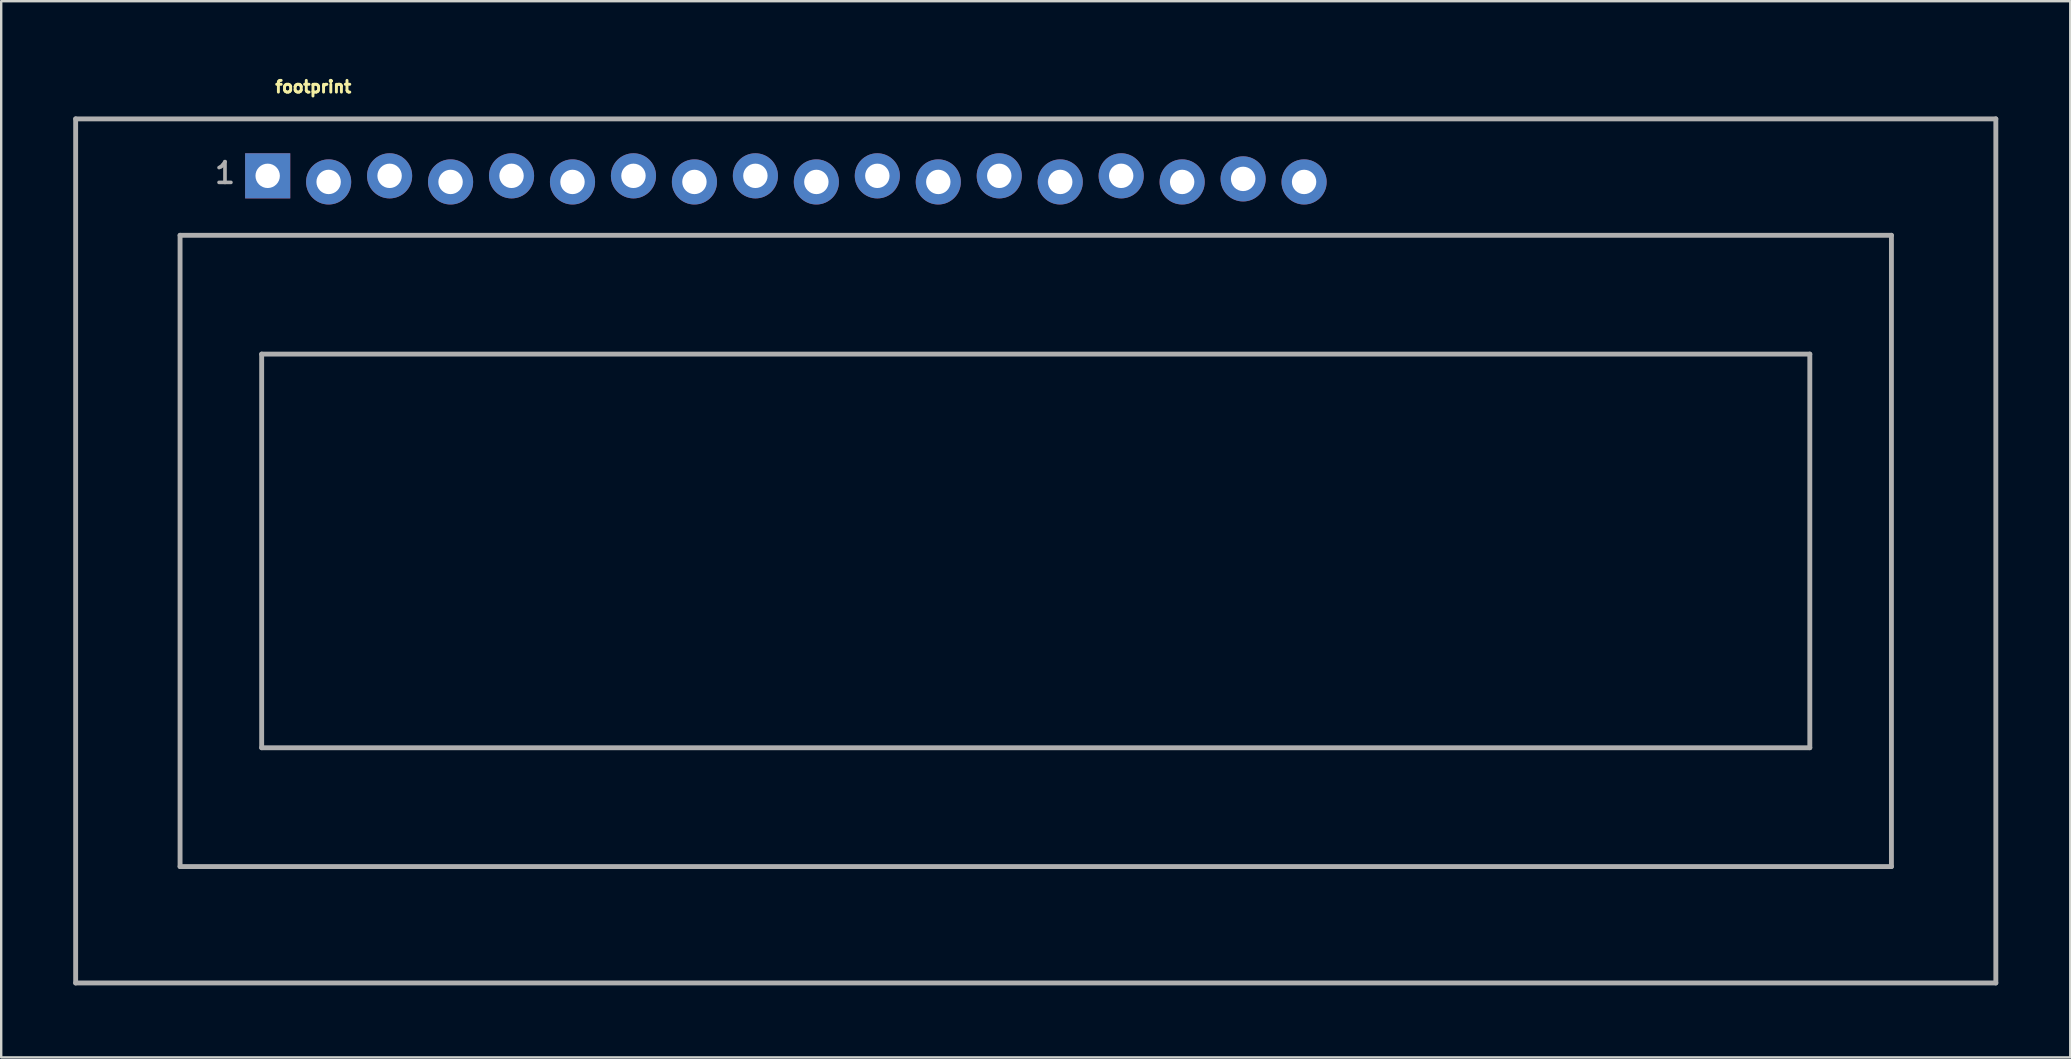
<source format=kicad_pcb>
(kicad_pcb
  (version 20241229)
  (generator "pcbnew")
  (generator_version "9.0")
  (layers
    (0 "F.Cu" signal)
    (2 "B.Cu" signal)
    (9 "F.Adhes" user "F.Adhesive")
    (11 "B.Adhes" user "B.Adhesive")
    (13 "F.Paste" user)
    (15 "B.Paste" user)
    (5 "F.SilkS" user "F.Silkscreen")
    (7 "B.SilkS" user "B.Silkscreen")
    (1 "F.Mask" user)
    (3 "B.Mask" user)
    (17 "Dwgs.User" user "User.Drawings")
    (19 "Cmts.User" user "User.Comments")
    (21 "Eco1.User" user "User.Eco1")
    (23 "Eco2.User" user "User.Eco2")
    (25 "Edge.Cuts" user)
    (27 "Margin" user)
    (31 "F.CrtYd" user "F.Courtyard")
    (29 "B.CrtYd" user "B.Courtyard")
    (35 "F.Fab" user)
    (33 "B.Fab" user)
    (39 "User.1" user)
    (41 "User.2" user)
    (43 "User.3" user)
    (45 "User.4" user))
  (footprint "footprint"
    (layer "F.Cu")
    (at 38.832 18.633)
    (property "Reference" "footprint" (at -30.48 -17.78 0) (layer "F.SilkS") (effects (font (size 0.488 0.488) (thickness 0.122)) (justify left bottom)))
    (fp_line (start -38.73 -16.73) (end 41.27 -16.73) (stroke (width 0.203) (type solid)) (layer "F.Fab"))
    (fp_line (start -38.73 19.27) (end -38.73 -16.73) (stroke (width 0.203) (type solid)) (layer "F.Fab"))
    (fp_line (start -34.38 -11.88) (end 36.92 -11.88) (stroke (width 0.203) (type solid)) (layer "F.Fab"))
    (fp_line (start -34.38 14.42) (end -34.38 -11.88) (stroke (width 0.203) (type solid)) (layer "F.Fab"))
    (fp_line (start -30.98 -6.93) (end 33.52 -6.93) (stroke (width 0.203) (type solid)) (layer "F.Fab"))
    (fp_line (start -30.98 9.47) (end -30.98 -6.93) (stroke (width 0.203) (type solid)) (layer "F.Fab"))
    (fp_line (start 33.52 -6.93) (end 33.52 9.47) (stroke (width 0.203) (type solid)) (layer "F.Fab"))
    (fp_line (start 33.52 9.47) (end -30.98 9.47) (stroke (width 0.203) (type solid)) (layer "F.Fab"))
    (fp_line (start 36.92 -11.88) (end 36.92 14.42) (stroke (width 0.203) (type solid)) (layer "F.Fab"))
    (fp_line (start 36.92 14.42) (end -34.38 14.42) (stroke (width 0.203) (type solid)) (layer "F.Fab"))
    (fp_line (start 41.27 -16.73) (end 41.27 19.27) (stroke (width 0.203) (type solid)) (layer "F.Fab"))
    (fp_line (start 41.27 19.27) (end -38.73 19.27) (stroke (width 0.203) (type solid)) (layer "F.Fab"))
    (fp_text user "1" (at -33.02 -13.97 0) (layer "F.Fab") (effects (font (size 0.864 0.864) (thickness 0.152)) (justify left bottom)))
    (pad "1" thru_hole rect (at -30.73 -14.357) (size 1.88 1.88) (drill 1.016) (layers "*.Cu" "*.Mask"))
    (pad "2" thru_hole circle (at -28.19 -14.103) (size 1.88 1.88) (drill 1.016) (layers "*.Cu" "*.Mask"))
    (pad "3" thru_hole circle (at -25.65 -14.357) (size 1.88 1.88) (drill 1.016) (layers "*.Cu" "*.Mask"))
    (pad "4" thru_hole circle (at -23.11 -14.103) (size 1.88 1.88) (drill 1.016) (layers "*.Cu" "*.Mask"))
    (pad "5" thru_hole circle (at -20.57 -14.357) (size 1.88 1.88) (drill 1.016) (layers "*.Cu" "*.Mask"))
    (pad "6" thru_hole circle (at -18.03 -14.103) (size 1.88 1.88) (drill 1.016) (layers "*.Cu" "*.Mask"))
    (pad "7" thru_hole circle (at -15.49 -14.357) (size 1.88 1.88) (drill 1.016) (layers "*.Cu" "*.Mask"))
    (pad "8" thru_hole circle (at -12.95 -14.103) (size 1.88 1.88) (drill 1.016) (layers "*.Cu" "*.Mask"))
    (pad "9" thru_hole circle (at -10.41 -14.357) (size 1.88 1.88) (drill 1.016) (layers "*.Cu" "*.Mask"))
    (pad "10" thru_hole circle (at -7.87 -14.103) (size 1.88 1.88) (drill 1.016) (layers "*.Cu" "*.Mask"))
    (pad "11" thru_hole circle (at -5.33 -14.357) (size 1.88 1.88) (drill 1.016) (layers "*.Cu" "*.Mask"))
    (pad "12" thru_hole circle (at -2.79 -14.103) (size 1.88 1.88) (drill 1.016) (layers "*.Cu" "*.Mask"))
    (pad "13" thru_hole circle (at -0.25 -14.357) (size 1.88 1.88) (drill 1.016) (layers "*.Cu" "*.Mask"))
    (pad "14" thru_hole circle (at 2.29 -14.103) (size 1.88 1.88) (drill 1.016) (layers "*.Cu" "*.Mask"))
    (pad "15" thru_hole circle (at 4.83 -14.357) (size 1.88 1.88) (drill 1.016) (layers "*.Cu" "*.Mask"))
    (pad "16" thru_hole circle (at 7.37 -14.103) (size 1.88 1.88) (drill 1.016) (layers "*.Cu" "*.Mask"))
    (pad "17" thru_hole circle (at 9.91 -14.23) (size 1.88 1.88) (drill 1.016) (layers "*.Cu" "*.Mask"))
    (pad "18" thru_hole circle (at 12.45 -14.103) (size 1.88 1.88) (drill 1.016) (layers "*.Cu" "*.Mask")))
  (gr_rect
    (start -3 -3)
    (end 83.203 41.005)
    (stroke (width 0.1) (type default))
    (fill no)
    (layer "Edge.Cuts")))
</source>
